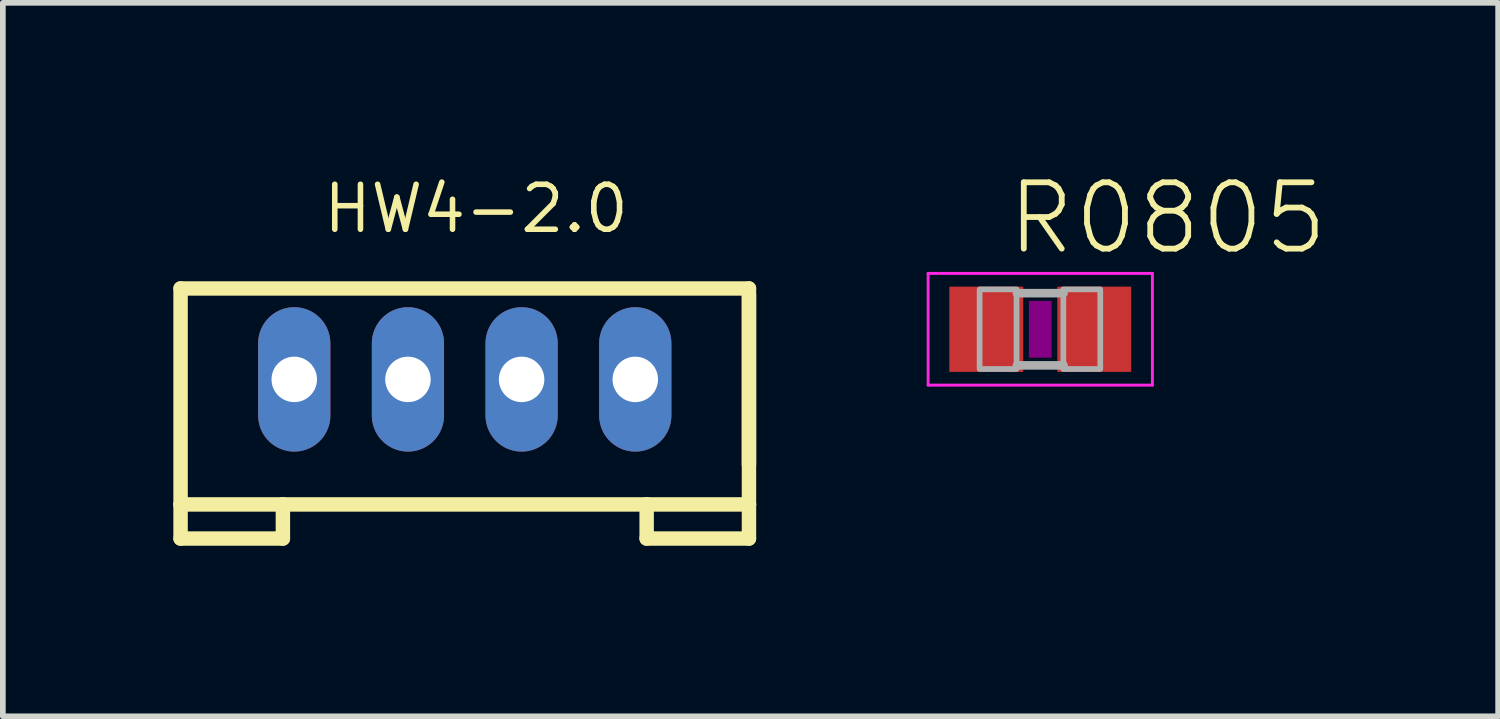
<source format=kicad_pcb>
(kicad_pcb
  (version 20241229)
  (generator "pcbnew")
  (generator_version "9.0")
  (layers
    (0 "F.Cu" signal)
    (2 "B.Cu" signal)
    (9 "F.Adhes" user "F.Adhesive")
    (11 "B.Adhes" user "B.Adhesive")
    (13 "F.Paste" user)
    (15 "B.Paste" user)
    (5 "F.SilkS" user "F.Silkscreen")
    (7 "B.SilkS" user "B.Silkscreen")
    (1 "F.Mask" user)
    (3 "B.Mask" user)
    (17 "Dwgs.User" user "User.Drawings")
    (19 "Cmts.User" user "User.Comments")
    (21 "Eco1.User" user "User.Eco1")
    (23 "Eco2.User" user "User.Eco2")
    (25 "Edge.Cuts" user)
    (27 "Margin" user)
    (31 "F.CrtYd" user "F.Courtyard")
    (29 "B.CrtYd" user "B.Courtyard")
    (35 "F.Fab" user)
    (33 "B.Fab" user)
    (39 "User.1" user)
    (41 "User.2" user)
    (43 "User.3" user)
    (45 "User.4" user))
  (footprint "HW4-2.0"
    (layer "F.Cu")
    (at 5.127 3.625)
    (property "Reference" "HW4-2.0" (at -2.54 -2.54 0) (layer "F.SilkS") (effects (font (size 0.791 0.791) (thickness 0.098)) (justify left bottom)))
    (fp_line (start -5 -1.6) (end -5 2.2) (stroke (width 0.254) (type solid)) (layer "F.SilkS"))
    (fp_line (start -5 -1.6) (end 5 -1.6) (stroke (width 0.254) (type solid)) (layer "F.SilkS"))
    (fp_line (start -5 -1) (end -5 1) (stroke (width 0.127) (type solid)) (layer "F.SilkS"))
    (fp_line (start -5 2.2) (end -5 2.8) (stroke (width 0.254) (type solid)) (layer "F.SilkS"))
    (fp_line (start -5 2.2) (end -3.2 2.2) (stroke (width 0.254) (type solid)) (layer "F.SilkS"))
    (fp_line (start -5 2.8) (end -3.2 2.8) (stroke (width 0.254) (type solid)) (layer "F.SilkS"))
    (fp_line (start -3.2 2.2) (end 3.2 2.2) (stroke (width 0.254) (type solid)) (layer "F.SilkS"))
    (fp_line (start -3.2 2.8) (end -3.2 2.2) (stroke (width 0.254) (type solid)) (layer "F.SilkS"))
    (fp_line (start 3.2 2.2) (end 3.2 2.8) (stroke (width 0.254) (type solid)) (layer "F.SilkS"))
    (fp_line (start 3.2 2.2) (end 5 2.2) (stroke (width 0.254) (type solid)) (layer "F.SilkS"))
    (fp_line (start 3.2 2.8) (end 5 2.8) (stroke (width 0.254) (type solid)) (layer "F.SilkS"))
    (fp_line (start 5 -1.5) (end 5 1.5) (stroke (width 0.254) (type solid)) (layer "F.SilkS"))
    (fp_line (start 5 2.2) (end 5 -1.6) (stroke (width 0.254) (type solid)) (layer "F.SilkS"))
    (fp_line (start 5 2.8) (end 5 2.2) (stroke (width 0.254) (type solid)) (layer "F.SilkS"))
    (pad "1" thru_hole oval (at -3 0 90) (size 2.54 1.27) (drill 0.8) (layers "*.Cu" "*.Mask"))
    (pad "2" thru_hole oval (at -1 0 90) (size 2.54 1.27) (drill 0.8) (layers "*.Cu" "*.Mask"))
    (pad "3" thru_hole oval (at 1 0 90) (size 2.54 1.27) (drill 0.8) (layers "*.Cu" "*.Mask"))
    (pad "4" thru_hole oval (at 3 0 90) (size 2.54 1.27) (drill 0.8) (layers "*.Cu" "*.Mask")))
  (footprint "R0805"
    (layer "F.Cu")
    (at 15.252 2.743)
    (property "Reference" "R0805" (at -0.635 -1.27 0) (layer "F.SilkS") (effects (font (size 1.168 1.168) (thickness 0.102)) (justify left bottom)))
    (fp_poly (pts (xy -0.2 0.5) (xy 0.2 0.5) (xy 0.2 -0.5) (xy -0.2 -0.5)) (stroke (width 0) (type solid)) (fill yes) (layer "F.Adhes"))
    (fp_line (start -1.973 -0.983) (end 1.973 -0.983) (stroke (width 0.051) (type solid)) (layer "F.CrtYd"))
    (fp_line (start -1.973 0.983) (end -1.973 -0.983) (stroke (width 0.051) (type solid)) (layer "F.CrtYd"))
    (fp_line (start 1.973 -0.983) (end 1.973 0.983) (stroke (width 0.051) (type solid)) (layer "F.CrtYd"))
    (fp_line (start 1.973 0.983) (end -1.973 0.983) (stroke (width 0.051) (type solid)) (layer "F.CrtYd"))
    (fp_line (start -0.41 -0.635) (end 0.41 -0.635) (stroke (width 0.152) (type solid)) (layer "F.Fab"))
    (fp_line (start -0.41 0.635) (end 0.41 0.635) (stroke (width 0.152) (type solid)) (layer "F.Fab"))
    (fp_poly (pts (xy -1.067 0.699) (xy -0.417 0.699) (xy -0.417 -0.702) (xy -1.067 -0.702)) (stroke (width 0.1) (type solid)) (fill no) (layer "F.Fab"))
    (fp_poly (pts (xy 0.406 0.699) (xy 1.056 0.699) (xy 1.056 -0.702) (xy 0.406 -0.702)) (stroke (width 0.1) (type solid)) (fill no) (layer "F.Fab"))
    (pad "1" smd rect (at -0.95 0) (size 1.3 1.5) (layers "F.Cu" "F.Mask" "F.Paste"))
    (pad "2" smd rect (at 0.95 0) (size 1.3 1.5) (layers "F.Cu" "F.Mask" "F.Paste")))
  (gr_rect
    (start -3 -3)
    (end 23.308 9.552)
    (stroke (width 0.1) (type default))
    (fill no)
    (layer "Edge.Cuts")))
</source>
